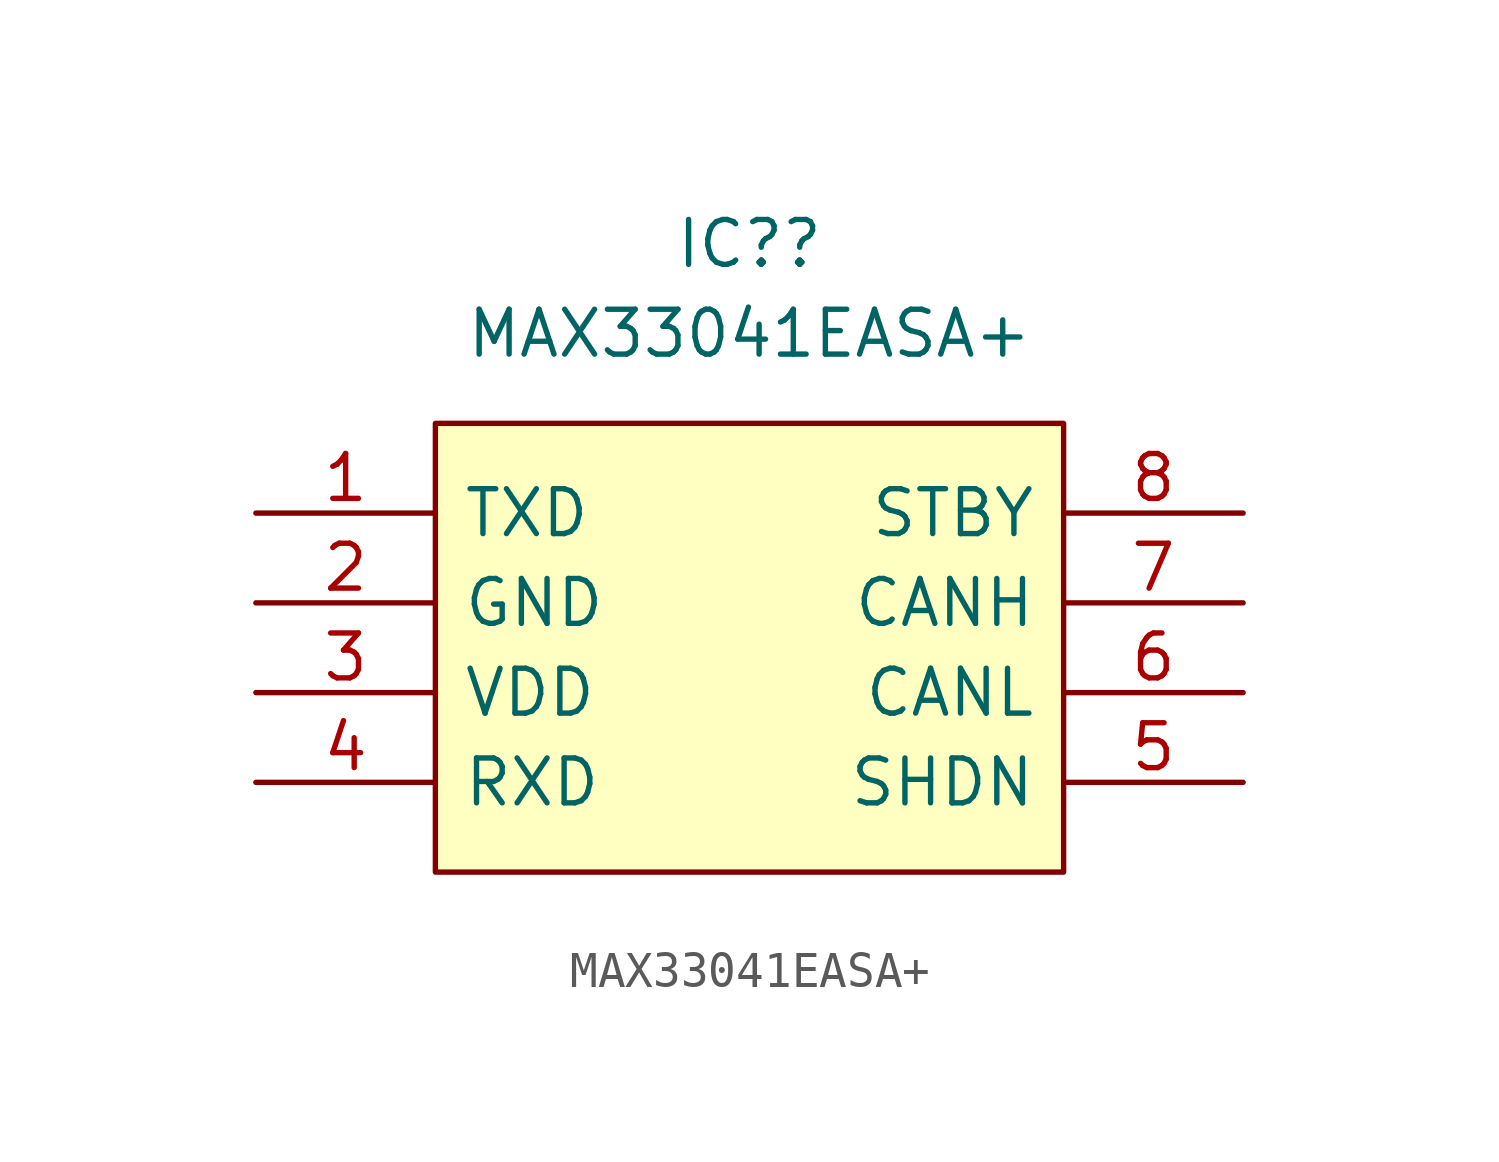
<source format=kicad_sym>
(kicad_symbol_lib
  (version 20211014)
  (generator kicad_symbol_editor)
  (symbol "MAX33041EASA+"
    (pin_names
      (offset 0.762))
    (property "Reference" "IC?"
      (at 13.97 7.62 0)
      (effects (font (size 1.27 1.27))))
    (property "Value" "MAX33041EASA+"
      (at 13.97 5.08 0)
      (effects (font (size 1.27 1.27))))
    (symbol "MAX33041EASA+_0_0"
      (pin passive line (at 0 0 0) (length 5.08) (name "TXD" (effects (font (size 1.27 1.27)))) (number "1" (effects (font (size 1.27 1.27)))))
      (pin passive line (at 0 -2.54 0) (length 5.08) (name "GND" (effects (font (size 1.27 1.27)))) (number "2" (effects (font (size 1.27 1.27)))))
      (pin passive line (at 0 -5.08 0) (length 5.08) (name "VDD" (effects (font (size 1.27 1.27)))) (number "3" (effects (font (size 1.27 1.27)))))
      (pin passive line (at 0 -7.62 0) (length 5.08) (name "RXD" (effects (font (size 1.27 1.27)))) (number "4" (effects (font (size 1.27 1.27)))))
      (pin passive line (at 27.94 -7.62 180) (length 5.08) (name "SHDN" (effects (font (size 1.27 1.27)))) (number "5" (effects (font (size 1.27 1.27)))))
      (pin passive line (at 27.94 -5.08 180) (length 5.08) (name "CANL" (effects (font (size 1.27 1.27)))) (number "6" (effects (font (size 1.27 1.27)))))
      (pin passive line (at 27.94 -2.54 180) (length 5.08) (name "CANH" (effects (font (size 1.27 1.27)))) (number "7" (effects (font (size 1.27 1.27)))))
      (pin passive line (at 27.94 0 180) (length 5.08) (name "STBY" (effects (font (size 1.27 1.27)))) (number "8" (effects (font (size 1.27 1.27))))))
    (symbol "MAX33041EASA+_0_1"
      (polyline (pts (xy 5.08 2.54) (xy 22.86 2.54) (xy 22.86 -10.16) (xy 5.08 -10.16) (xy 5.08 2.54)) (stroke (width 0.152) (type default) (color 0 0 0 0)) (fill (type background))))))
</source>
